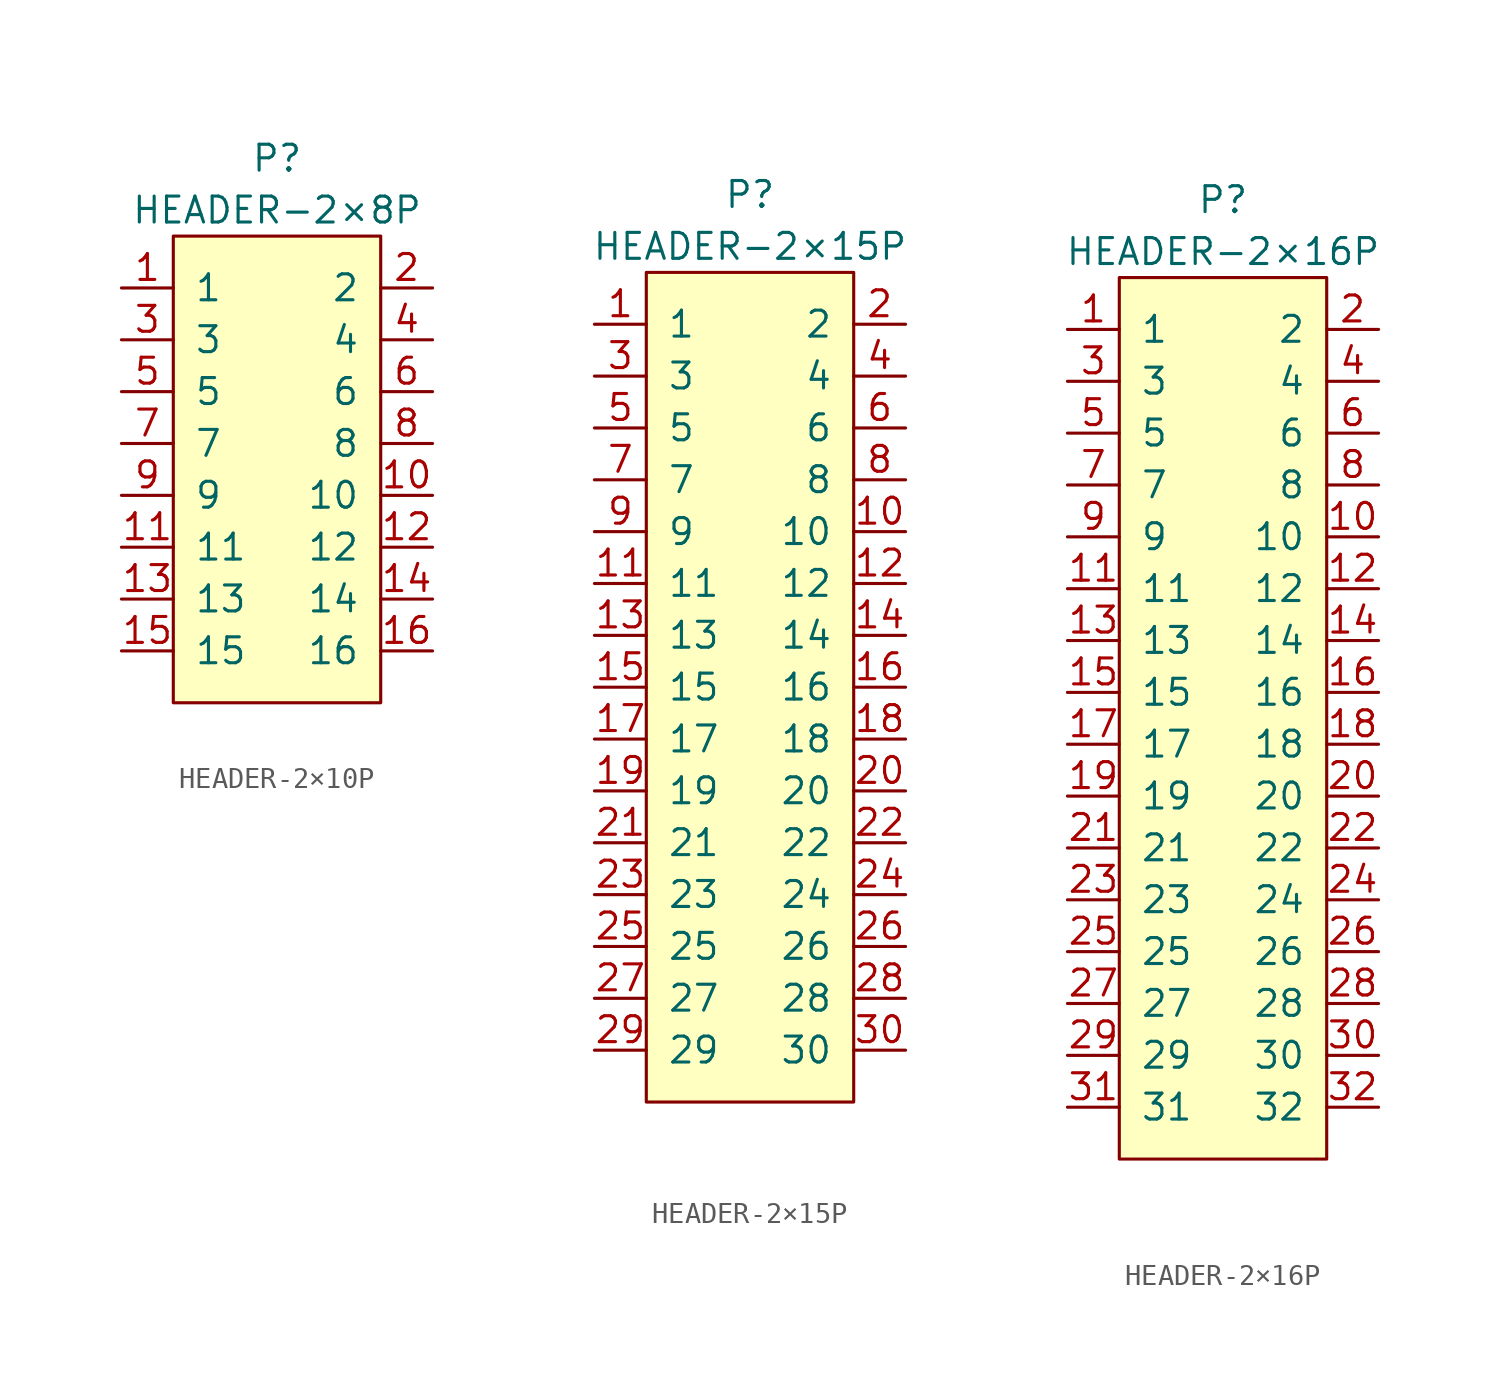
<source format=kicad_sym>
(kicad_symbol_lib
  (version 20231120)
  (generator "kicad_symbol_editor")
  (generator_version "8.0")
  (symbol "HEADER-2×10P"
    (pin_names
      (offset 1.016))
    (property "Reference" "P"
      (at 0 15.24 0)
      (effects (font (size 1.27 1.27))))
    (property "Value" "HEADER-2×8P"
      (at 0 12.7 0)
      (effects (font (size 1.27 1.27))))
    (symbol "HEADER-2×10P_0_1"
      (rectangle (start -5.08 11.43) (end 5.08 -11.43) (stroke (width 0) (type default)) (fill (type background))))
    (symbol "HEADER-2×10P_1_1"
      (pin passive line (at -7.62 8.89 0) (length 2.54) (name "1" (effects (font (size 1.27 1.27)))) (number "1" (effects (font (size 1.27 1.27)))))
      (pin passive line (at 7.62 -1.27 180) (length 2.54) (name "10" (effects (font (size 1.27 1.27)))) (number "10" (effects (font (size 1.27 1.27)))))
      (pin passive line (at -7.62 -3.81 0) (length 2.54) (name "11" (effects (font (size 1.27 1.27)))) (number "11" (effects (font (size 1.27 1.27)))))
      (pin passive line (at 7.62 -3.81 180) (length 2.54) (name "12" (effects (font (size 1.27 1.27)))) (number "12" (effects (font (size 1.27 1.27)))))
      (pin passive line (at -7.62 -6.35 0) (length 2.54) (name "13" (effects (font (size 1.27 1.27)))) (number "13" (effects (font (size 1.27 1.27)))))
      (pin passive line (at 7.62 -6.35 180) (length 2.54) (name "14" (effects (font (size 1.27 1.27)))) (number "14" (effects (font (size 1.27 1.27)))))
      (pin passive line (at -7.62 -8.89 0) (length 2.54) (name "15" (effects (font (size 1.27 1.27)))) (number "15" (effects (font (size 1.27 1.27)))))
      (pin passive line (at 7.62 -8.89 180) (length 2.54) (name "16" (effects (font (size 1.27 1.27)))) (number "16" (effects (font (size 1.27 1.27)))))
      (pin passive line (at 7.62 8.89 180) (length 2.54) (name "2" (effects (font (size 1.27 1.27)))) (number "2" (effects (font (size 1.27 1.27)))))
      (pin passive line (at -7.62 6.35 0) (length 2.54) (name "3" (effects (font (size 1.27 1.27)))) (number "3" (effects (font (size 1.27 1.27)))))
      (pin passive line (at 7.62 6.35 180) (length 2.54) (name "4" (effects (font (size 1.27 1.27)))) (number "4" (effects (font (size 1.27 1.27)))))
      (pin passive line (at -7.62 3.81 0) (length 2.54) (name "5" (effects (font (size 1.27 1.27)))) (number "5" (effects (font (size 1.27 1.27)))))
      (pin passive line (at 7.62 3.81 180) (length 2.54) (name "6" (effects (font (size 1.27 1.27)))) (number "6" (effects (font (size 1.27 1.27)))))
      (pin passive line (at -7.62 1.27 0) (length 2.54) (name "7" (effects (font (size 1.27 1.27)))) (number "7" (effects (font (size 1.27 1.27)))))
      (pin passive line (at 7.62 1.27 180) (length 2.54) (name "8" (effects (font (size 1.27 1.27)))) (number "8" (effects (font (size 1.27 1.27)))))
      (pin passive line (at -7.62 -1.27 0) (length 2.54) (name "9" (effects (font (size 1.27 1.27)))) (number "9" (effects (font (size 1.27 1.27)))))))
  (symbol "HEADER-2×15P"
    (pin_names
      (offset 1.016))
    (property "Reference" "P"
      (at 0 24.13 0)
      (effects (font (size 1.27 1.27))))
    (property "Value" "HEADER-2×15P"
      (at 0 21.59 0)
      (effects (font (size 1.27 1.27))))
    (symbol "HEADER-2×15P_0_1"
      (rectangle (start -5.08 20.32) (end 5.08 -20.32) (stroke (width 0) (type default)) (fill (type background))))
    (symbol "HEADER-2×15P_1_1"
      (pin passive line (at -7.62 17.78 0) (length 2.54) (name "1" (effects (font (size 1.27 1.27)))) (number "1" (effects (font (size 1.27 1.27)))))
      (pin passive line (at 7.62 7.62 180) (length 2.54) (name "10" (effects (font (size 1.27 1.27)))) (number "10" (effects (font (size 1.27 1.27)))))
      (pin passive line (at -7.62 5.08 0) (length 2.54) (name "11" (effects (font (size 1.27 1.27)))) (number "11" (effects (font (size 1.27 1.27)))))
      (pin passive line (at 7.62 5.08 180) (length 2.54) (name "12" (effects (font (size 1.27 1.27)))) (number "12" (effects (font (size 1.27 1.27)))))
      (pin passive line (at -7.62 2.54 0) (length 2.54) (name "13" (effects (font (size 1.27 1.27)))) (number "13" (effects (font (size 1.27 1.27)))))
      (pin passive line (at 7.62 2.54 180) (length 2.54) (name "14" (effects (font (size 1.27 1.27)))) (number "14" (effects (font (size 1.27 1.27)))))
      (pin passive line (at -7.62 0 0) (length 2.54) (name "15" (effects (font (size 1.27 1.27)))) (number "15" (effects (font (size 1.27 1.27)))))
      (pin passive line (at 7.62 0 180) (length 2.54) (name "16" (effects (font (size 1.27 1.27)))) (number "16" (effects (font (size 1.27 1.27)))))
      (pin passive line (at -7.62 -2.54 0) (length 2.54) (name "17" (effects (font (size 1.27 1.27)))) (number "17" (effects (font (size 1.27 1.27)))))
      (pin passive line (at 7.62 -2.54 180) (length 2.54) (name "18" (effects (font (size 1.27 1.27)))) (number "18" (effects (font (size 1.27 1.27)))))
      (pin passive line (at -7.62 -5.08 0) (length 2.54) (name "19" (effects (font (size 1.27 1.27)))) (number "19" (effects (font (size 1.27 1.27)))))
      (pin passive line (at 7.62 17.78 180) (length 2.54) (name "2" (effects (font (size 1.27 1.27)))) (number "2" (effects (font (size 1.27 1.27)))))
      (pin passive line (at 7.62 -5.08 180) (length 2.54) (name "20" (effects (font (size 1.27 1.27)))) (number "20" (effects (font (size 1.27 1.27)))))
      (pin passive line (at -7.62 -7.62 0) (length 2.54) (name "21" (effects (font (size 1.27 1.27)))) (number "21" (effects (font (size 1.27 1.27)))))
      (pin passive line (at 7.62 -7.62 180) (length 2.54) (name "22" (effects (font (size 1.27 1.27)))) (number "22" (effects (font (size 1.27 1.27)))))
      (pin passive line (at -7.62 -10.16 0) (length 2.54) (name "23" (effects (font (size 1.27 1.27)))) (number "23" (effects (font (size 1.27 1.27)))))
      (pin passive line (at 7.62 -10.16 180) (length 2.54) (name "24" (effects (font (size 1.27 1.27)))) (number "24" (effects (font (size 1.27 1.27)))))
      (pin passive line (at -7.62 -12.7 0) (length 2.54) (name "25" (effects (font (size 1.27 1.27)))) (number "25" (effects (font (size 1.27 1.27)))))
      (pin passive line (at 7.62 -12.7 180) (length 2.54) (name "26" (effects (font (size 1.27 1.27)))) (number "26" (effects (font (size 1.27 1.27)))))
      (pin passive line (at -7.62 -15.24 0) (length 2.54) (name "27" (effects (font (size 1.27 1.27)))) (number "27" (effects (font (size 1.27 1.27)))))
      (pin passive line (at 7.62 -15.24 180) (length 2.54) (name "28" (effects (font (size 1.27 1.27)))) (number "28" (effects (font (size 1.27 1.27)))))
      (pin passive line (at -7.62 -17.78 0) (length 2.54) (name "29" (effects (font (size 1.27 1.27)))) (number "29" (effects (font (size 1.27 1.27)))))
      (pin passive line (at -7.62 15.24 0) (length 2.54) (name "3" (effects (font (size 1.27 1.27)))) (number "3" (effects (font (size 1.27 1.27)))))
      (pin passive line (at 7.62 -17.78 180) (length 2.54) (name "30" (effects (font (size 1.27 1.27)))) (number "30" (effects (font (size 1.27 1.27)))))
      (pin passive line (at 7.62 15.24 180) (length 2.54) (name "4" (effects (font (size 1.27 1.27)))) (number "4" (effects (font (size 1.27 1.27)))))
      (pin passive line (at -7.62 12.7 0) (length 2.54) (name "5" (effects (font (size 1.27 1.27)))) (number "5" (effects (font (size 1.27 1.27)))))
      (pin passive line (at 7.62 12.7 180) (length 2.54) (name "6" (effects (font (size 1.27 1.27)))) (number "6" (effects (font (size 1.27 1.27)))))
      (pin passive line (at -7.62 10.16 0) (length 2.54) (name "7" (effects (font (size 1.27 1.27)))) (number "7" (effects (font (size 1.27 1.27)))))
      (pin passive line (at 7.62 10.16 180) (length 2.54) (name "8" (effects (font (size 1.27 1.27)))) (number "8" (effects (font (size 1.27 1.27)))))
      (pin passive line (at -7.62 7.62 0) (length 2.54) (name "9" (effects (font (size 1.27 1.27)))) (number "9" (effects (font (size 1.27 1.27)))))))
  (symbol "HEADER-2×16P"
    (pin_names
      (offset 1.016))
    (property "Reference" "P"
      (at 0 24.13 0)
      (effects (font (size 1.27 1.27))))
    (property "Value" "HEADER-2×16P"
      (at 0 21.59 0)
      (effects (font (size 1.27 1.27))))
    (symbol "HEADER-2×16P_0_1"
      (rectangle (start -5.08 20.32) (end 5.08 -22.86) (stroke (width 0) (type default)) (fill (type background))))
    (symbol "HEADER-2×16P_1_1"
      (pin passive line (at -7.62 17.78 0) (length 2.54) (name "1" (effects (font (size 1.27 1.27)))) (number "1" (effects (font (size 1.27 1.27)))))
      (pin passive line (at 7.62 7.62 180) (length 2.54) (name "10" (effects (font (size 1.27 1.27)))) (number "10" (effects (font (size 1.27 1.27)))))
      (pin passive line (at -7.62 5.08 0) (length 2.54) (name "11" (effects (font (size 1.27 1.27)))) (number "11" (effects (font (size 1.27 1.27)))))
      (pin passive line (at 7.62 5.08 180) (length 2.54) (name "12" (effects (font (size 1.27 1.27)))) (number "12" (effects (font (size 1.27 1.27)))))
      (pin passive line (at -7.62 2.54 0) (length 2.54) (name "13" (effects (font (size 1.27 1.27)))) (number "13" (effects (font (size 1.27 1.27)))))
      (pin passive line (at 7.62 2.54 180) (length 2.54) (name "14" (effects (font (size 1.27 1.27)))) (number "14" (effects (font (size 1.27 1.27)))))
      (pin passive line (at -7.62 0 0) (length 2.54) (name "15" (effects (font (size 1.27 1.27)))) (number "15" (effects (font (size 1.27 1.27)))))
      (pin passive line (at 7.62 0 180) (length 2.54) (name "16" (effects (font (size 1.27 1.27)))) (number "16" (effects (font (size 1.27 1.27)))))
      (pin passive line (at -7.62 -2.54 0) (length 2.54) (name "17" (effects (font (size 1.27 1.27)))) (number "17" (effects (font (size 1.27 1.27)))))
      (pin passive line (at 7.62 -2.54 180) (length 2.54) (name "18" (effects (font (size 1.27 1.27)))) (number "18" (effects (font (size 1.27 1.27)))))
      (pin passive line (at -7.62 -5.08 0) (length 2.54) (name "19" (effects (font (size 1.27 1.27)))) (number "19" (effects (font (size 1.27 1.27)))))
      (pin passive line (at 7.62 17.78 180) (length 2.54) (name "2" (effects (font (size 1.27 1.27)))) (number "2" (effects (font (size 1.27 1.27)))))
      (pin passive line (at 7.62 -5.08 180) (length 2.54) (name "20" (effects (font (size 1.27 1.27)))) (number "20" (effects (font (size 1.27 1.27)))))
      (pin passive line (at -7.62 -7.62 0) (length 2.54) (name "21" (effects (font (size 1.27 1.27)))) (number "21" (effects (font (size 1.27 1.27)))))
      (pin passive line (at 7.62 -7.62 180) (length 2.54) (name "22" (effects (font (size 1.27 1.27)))) (number "22" (effects (font (size 1.27 1.27)))))
      (pin passive line (at -7.62 -10.16 0) (length 2.54) (name "23" (effects (font (size 1.27 1.27)))) (number "23" (effects (font (size 1.27 1.27)))))
      (pin passive line (at 7.62 -10.16 180) (length 2.54) (name "24" (effects (font (size 1.27 1.27)))) (number "24" (effects (font (size 1.27 1.27)))))
      (pin passive line (at -7.62 -12.7 0) (length 2.54) (name "25" (effects (font (size 1.27 1.27)))) (number "25" (effects (font (size 1.27 1.27)))))
      (pin passive line (at 7.62 -12.7 180) (length 2.54) (name "26" (effects (font (size 1.27 1.27)))) (number "26" (effects (font (size 1.27 1.27)))))
      (pin passive line (at -7.62 -15.24 0) (length 2.54) (name "27" (effects (font (size 1.27 1.27)))) (number "27" (effects (font (size 1.27 1.27)))))
      (pin passive line (at 7.62 -15.24 180) (length 2.54) (name "28" (effects (font (size 1.27 1.27)))) (number "28" (effects (font (size 1.27 1.27)))))
      (pin passive line (at -7.62 -17.78 0) (length 2.54) (name "29" (effects (font (size 1.27 1.27)))) (number "29" (effects (font (size 1.27 1.27)))))
      (pin passive line (at -7.62 15.24 0) (length 2.54) (name "3" (effects (font (size 1.27 1.27)))) (number "3" (effects (font (size 1.27 1.27)))))
      (pin passive line (at 7.62 -17.78 180) (length 2.54) (name "30" (effects (font (size 1.27 1.27)))) (number "30" (effects (font (size 1.27 1.27)))))
      (pin passive line (at -7.62 -20.32 0) (length 2.54) (name "31" (effects (font (size 1.27 1.27)))) (number "31" (effects (font (size 1.27 1.27)))))
      (pin passive line (at 7.62 -20.32 180) (length 2.54) (name "32" (effects (font (size 1.27 1.27)))) (number "32" (effects (font (size 1.27 1.27)))))
      (pin passive line (at 7.62 15.24 180) (length 2.54) (name "4" (effects (font (size 1.27 1.27)))) (number "4" (effects (font (size 1.27 1.27)))))
      (pin passive line (at -7.62 12.7 0) (length 2.54) (name "5" (effects (font (size 1.27 1.27)))) (number "5" (effects (font (size 1.27 1.27)))))
      (pin passive line (at 7.62 12.7 180) (length 2.54) (name "6" (effects (font (size 1.27 1.27)))) (number "6" (effects (font (size 1.27 1.27)))))
      (pin passive line (at -7.62 10.16 0) (length 2.54) (name "7" (effects (font (size 1.27 1.27)))) (number "7" (effects (font (size 1.27 1.27)))))
      (pin passive line (at 7.62 10.16 180) (length 2.54) (name "8" (effects (font (size 1.27 1.27)))) (number "8" (effects (font (size 1.27 1.27)))))
      (pin passive line (at -7.62 7.62 0) (length 2.54) (name "9" (effects (font (size 1.27 1.27)))) (number "9" (effects (font (size 1.27 1.27))))))))
</source>
